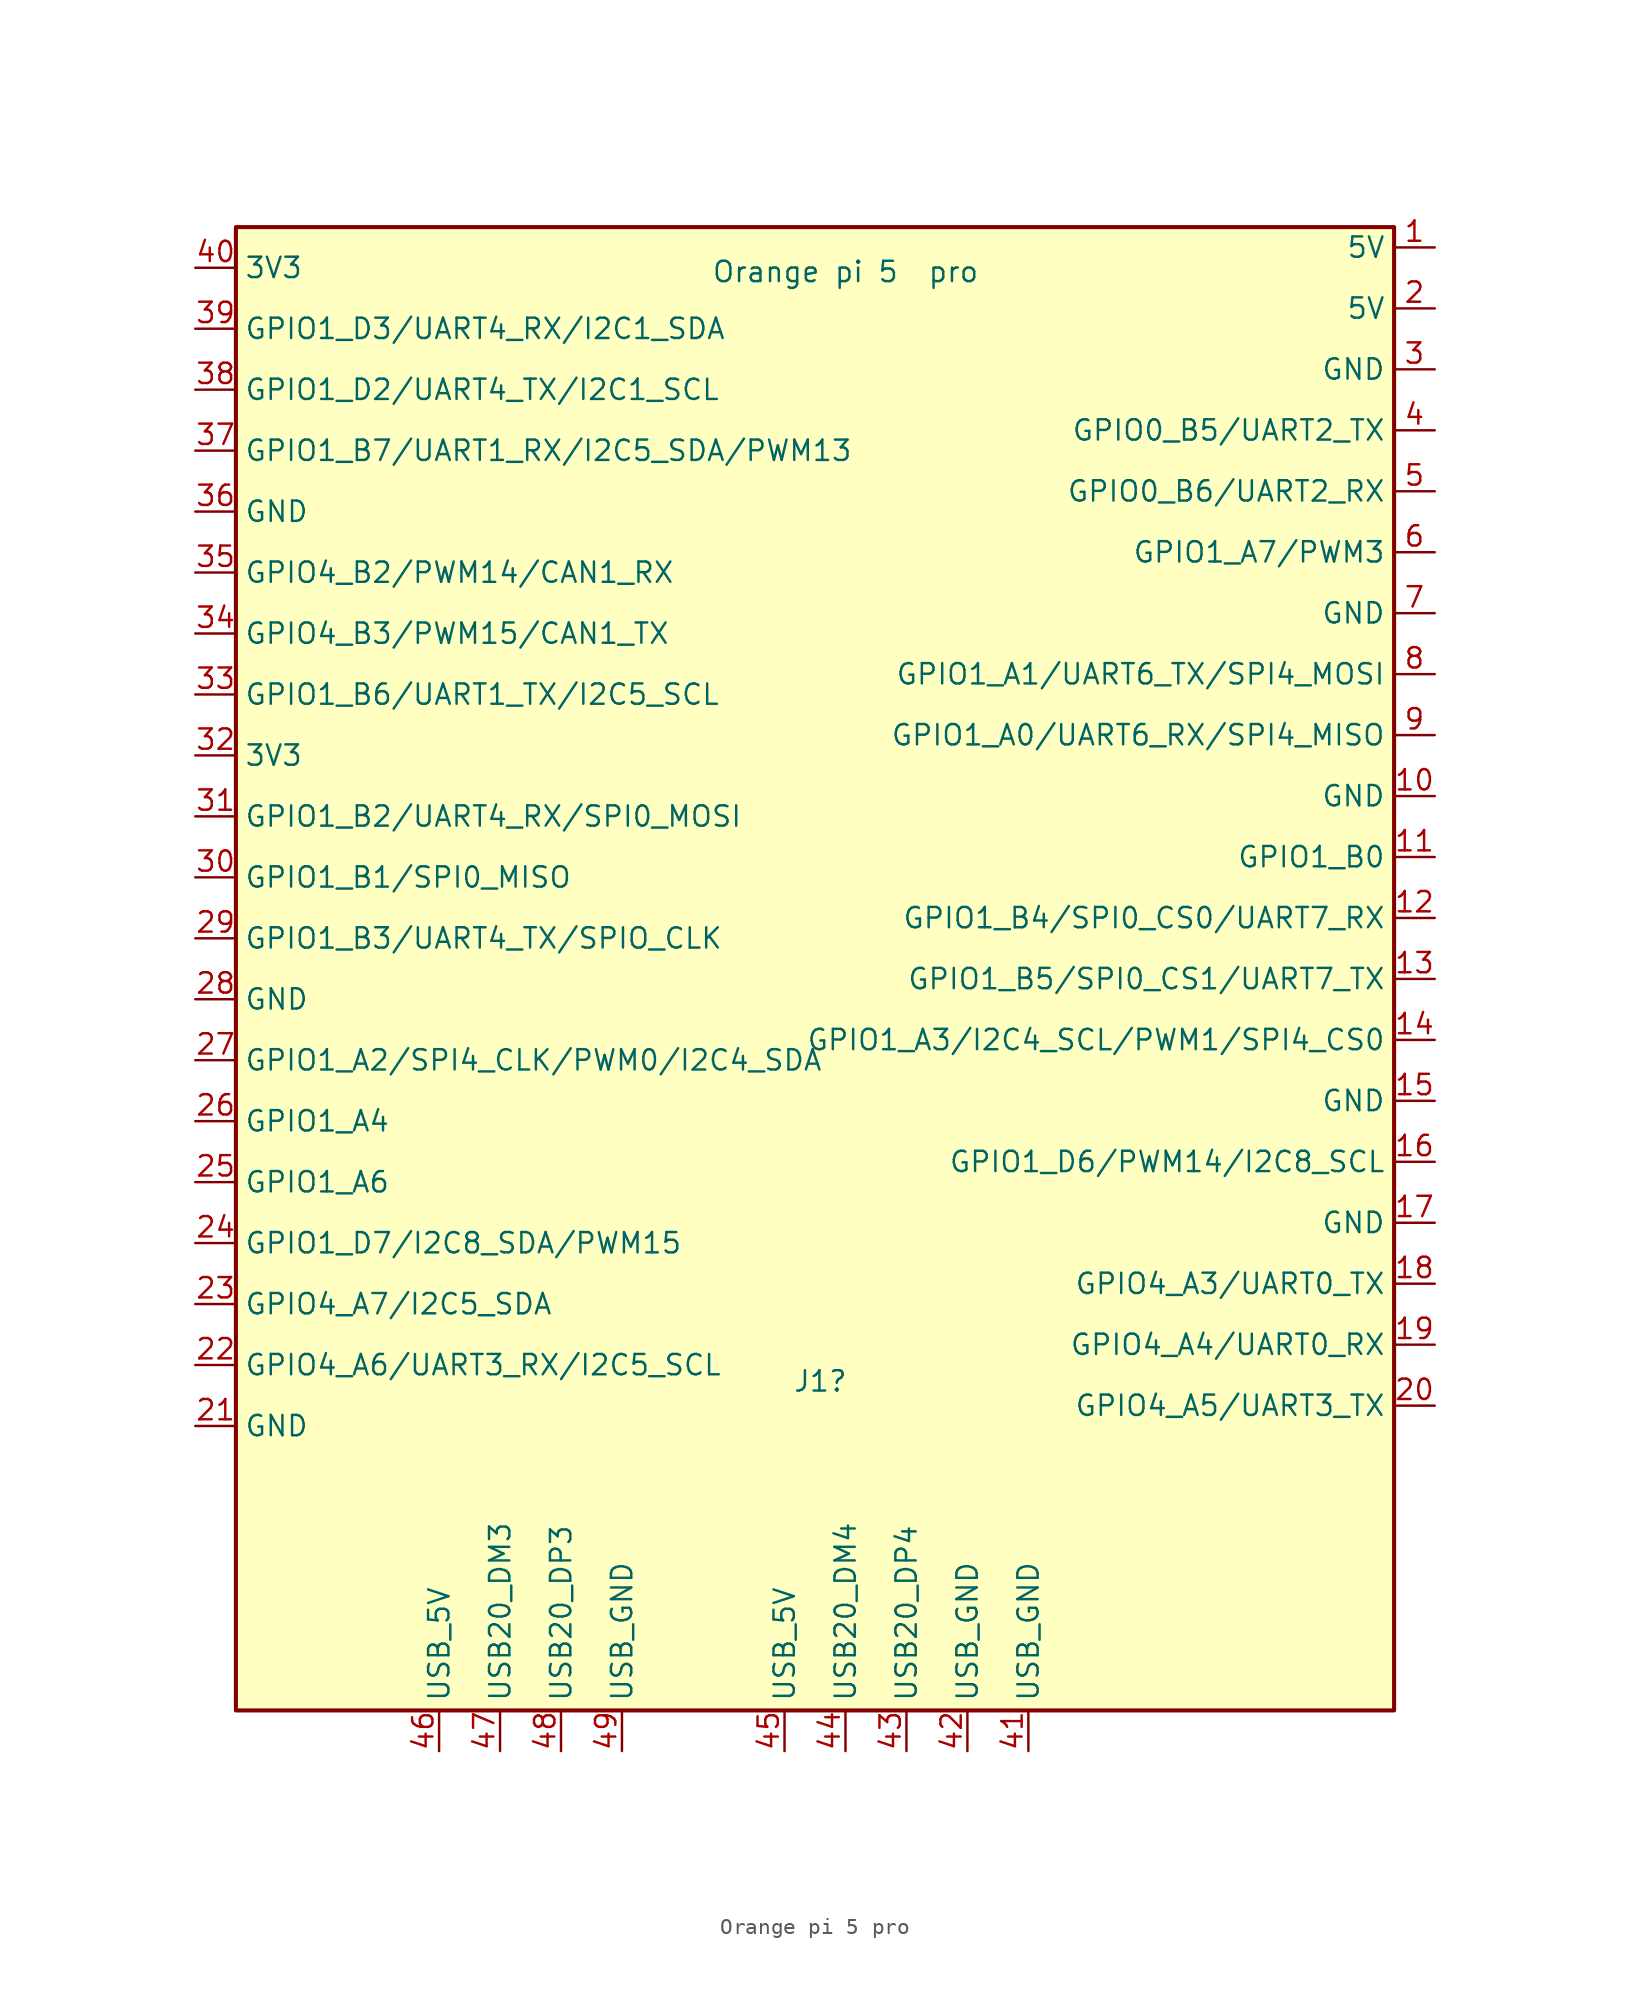
<source format=kicad_sym>
(kicad_symbol_lib
  (version 20231120)
  (generator "kicad_symbol_editor")
  (generator_version "8.0")
  (symbol "Orange pi 5 pro"
    (property "Reference" "J1"
      (at -12.192 -23.876 0)
      (effects (font (size 1.27 1.27)) (justify left)))
    (property "Value" "Orange pi 5  pro"
      (at -17.272 45.466 0)
      (effects (font (size 1.27 1.27)) (justify left)))
    (symbol "Orange pi 5 pro_0_1"
      (rectangle (start -46.99 48.26) (end 25.4 -44.45) (stroke (width 0.254) (type default)) (fill (type background))))
    (symbol "Orange pi 5 pro_1_1"
      (pin power_in line (at 27.94 46.99 180) (length 2.54) (name "5V" (effects (font (size 1.27 1.27)))) (number "1" (effects (font (size 1.27 1.27)))))
      (pin power_in line (at 27.94 12.7 180) (length 2.54) (name "GND" (effects (font (size 1.27 1.27)))) (number "10" (effects (font (size 1.27 1.27)))))
      (pin bidirectional line (at 27.94 8.89 180) (length 2.54) (name "GPIO1_B0" (effects (font (size 1.27 1.27)))) (number "11" (effects (font (size 1.27 1.27)))))
      (pin bidirectional line (at 27.94 5.08 180) (length 2.54) (name "GPIO1_B4/SPI0_CS0/UART7_RX" (effects (font (size 1.27 1.27)))) (number "12" (effects (font (size 1.27 1.27)))))
      (pin bidirectional line (at 27.94 1.27 180) (length 2.54) (name "GPIO1_B5/SPI0_CS1/UART7_TX" (effects (font (size 1.27 1.27)))) (number "13" (effects (font (size 1.27 1.27)))))
      (pin bidirectional line (at 27.94 -2.54 180) (length 2.54) (name "GPIO1_A3/I2C4_SCL/PWM1/SPI4_CS0" (effects (font (size 1.27 1.27)))) (number "14" (effects (font (size 1.27 1.27)))))
      (pin power_in line (at 27.94 -6.35 180) (length 2.54) (name "GND" (effects (font (size 1.27 1.27)))) (number "15" (effects (font (size 1.27 1.27)))))
      (pin bidirectional line (at 27.94 -10.16 180) (length 2.54) (name "GPIO1_D6/PWM14/I2C8_SCL" (effects (font (size 1.27 1.27)))) (number "16" (effects (font (size 1.27 1.27)))))
      (pin power_in line (at 27.94 -13.97 180) (length 2.54) (name "GND" (effects (font (size 1.27 1.27)))) (number "17" (effects (font (size 1.27 1.27)))))
      (pin bidirectional line (at 27.94 -17.78 180) (length 2.54) (name "GPIO4_A3/UART0_TX" (effects (font (size 1.27 1.27)))) (number "18" (effects (font (size 1.27 1.27)))))
      (pin bidirectional line (at 27.94 -21.59 180) (length 2.54) (name "GPIO4_A4/UART0_RX" (effects (font (size 1.27 1.27)))) (number "19" (effects (font (size 1.27 1.27)))))
      (pin power_in line (at 27.94 43.18 180) (length 2.54) (name "5V" (effects (font (size 1.27 1.27)))) (number "2" (effects (font (size 1.27 1.27)))))
      (pin bidirectional line (at 27.94 -25.4 180) (length 2.54) (name "GPIO4_A5/UART3_TX" (effects (font (size 1.27 1.27)))) (number "20" (effects (font (size 1.27 1.27)))))
      (pin power_in line (at -49.53 -26.67 0) (length 2.54) (name "GND" (effects (font (size 1.27 1.27)))) (number "21" (effects (font (size 1.27 1.27)))))
      (pin bidirectional line (at -49.53 -22.86 0) (length 2.54) (name "GPIO4_A6/UART3_RX/I2C5_SCL" (effects (font (size 1.27 1.27)))) (number "22" (effects (font (size 1.27 1.27)))))
      (pin bidirectional line (at -49.53 -19.05 0) (length 2.54) (name "GPIO4_A7/I2C5_SDA" (effects (font (size 1.27 1.27)))) (number "23" (effects (font (size 1.27 1.27)))))
      (pin bidirectional line (at -49.53 -15.24 0) (length 2.54) (name "GPIO1_D7/I2C8_SDA/PWM15" (effects (font (size 1.27 1.27)))) (number "24" (effects (font (size 1.27 1.27)))))
      (pin bidirectional line (at -49.53 -11.43 0) (length 2.54) (name "GPIO1_A6" (effects (font (size 1.27 1.27)))) (number "25" (effects (font (size 1.27 1.27)))))
      (pin bidirectional line (at -49.53 -7.62 0) (length 2.54) (name "GPIO1_A4" (effects (font (size 1.27 1.27)))) (number "26" (effects (font (size 1.27 1.27)))))
      (pin bidirectional line (at -49.53 -3.81 0) (length 2.54) (name "GPIO1_A2/SPI4_CLK/PWM0/I2C4_SDA" (effects (font (size 1.27 1.27)))) (number "27" (effects (font (size 1.27 1.27)))))
      (pin power_in line (at -49.53 0 0) (length 2.54) (name "GND" (effects (font (size 1.27 1.27)))) (number "28" (effects (font (size 1.27 1.27)))))
      (pin bidirectional line (at -49.53 3.81 0) (length 2.54) (name "GPIO1_B3/UART4_TX/SPIO_CLK" (effects (font (size 1.27 1.27)))) (number "29" (effects (font (size 1.27 1.27)))))
      (pin power_in line (at 27.94 39.37 180) (length 2.54) (name "GND" (effects (font (size 1.27 1.27)))) (number "3" (effects (font (size 1.27 1.27)))))
      (pin bidirectional line (at -49.53 7.62 0) (length 2.54) (name "GPIO1_B1/SPI0_MISO" (effects (font (size 1.27 1.27)))) (number "30" (effects (font (size 1.27 1.27)))))
      (pin bidirectional line (at -49.53 11.43 0) (length 2.54) (name "GPIO1_B2/UART4_RX/SPI0_MOSI" (effects (font (size 1.27 1.27)))) (number "31" (effects (font (size 1.27 1.27)))))
      (pin power_in line (at -49.53 15.24 0) (length 2.54) (name "3V3" (effects (font (size 1.27 1.27)))) (number "32" (effects (font (size 1.27 1.27)))))
      (pin bidirectional line (at -49.53 19.05 0) (length 2.54) (name "GPIO1_B6/UART1_TX/I2C5_SCL" (effects (font (size 1.27 1.27)))) (number "33" (effects (font (size 1.27 1.27)))))
      (pin bidirectional line (at -49.53 22.86 0) (length 2.54) (name "GPIO4_B3/PWM15/CAN1_TX" (effects (font (size 1.27 1.27)))) (number "34" (effects (font (size 1.27 1.27)))))
      (pin bidirectional line (at -49.53 26.67 0) (length 2.54) (name "GPIO4_B2/PWM14/CAN1_RX" (effects (font (size 1.27 1.27)))) (number "35" (effects (font (size 1.27 1.27)))))
      (pin power_in line (at -49.53 30.48 0) (length 2.54) (name "GND" (effects (font (size 1.27 1.27)))) (number "36" (effects (font (size 1.27 1.27)))))
      (pin bidirectional line (at -49.53 34.29 0) (length 2.54) (name "GPIO1_B7/UART1_RX/I2C5_SDA/PWM13" (effects (font (size 1.27 1.27)))) (number "37" (effects (font (size 1.27 1.27)))))
      (pin bidirectional line (at -49.53 38.1 0) (length 2.54) (name "GPIO1_D2/UART4_TX/I2C1_SCL" (effects (font (size 1.27 1.27)))) (number "38" (effects (font (size 1.27 1.27)))))
      (pin bidirectional line (at -49.53 41.91 0) (length 2.54) (name "GPIO1_D3/UART4_RX/I2C1_SDA" (effects (font (size 1.27 1.27)))) (number "39" (effects (font (size 1.27 1.27)))))
      (pin bidirectional line (at 27.94 35.56 180) (length 2.54) (name "GPIO0_B5/UART2_TX" (effects (font (size 1.27 1.27)))) (number "4" (effects (font (size 1.27 1.27)))))
      (pin power_in line (at -49.53 45.72 0) (length 2.54) (name "3V3" (effects (font (size 1.27 1.27)))) (number "40" (effects (font (size 1.27 1.27)))))
      (pin power_out line (at 2.54 -46.99 90) (length 2.54) (name "USB_GND" (effects (font (size 1.27 1.27)))) (number "41" (effects (font (size 1.27 1.27)))))
      (pin power_out line (at -1.27 -46.99 90) (length 2.54) (name "USB_GND" (effects (font (size 1.27 1.27)))) (number "42" (effects (font (size 1.27 1.27)))))
      (pin bidirectional line (at -5.08 -46.99 90) (length 2.54) (name "USB20_DP4" (effects (font (size 1.27 1.27)))) (number "43" (effects (font (size 1.27 1.27)))))
      (pin bidirectional line (at -8.89 -46.99 90) (length 2.54) (name "USB20_DM4" (effects (font (size 1.27 1.27)))) (number "44" (effects (font (size 1.27 1.27)))))
      (pin power_out line (at -12.7 -46.99 90) (length 2.54) (name "USB_5V" (effects (font (size 1.27 1.27)))) (number "45" (effects (font (size 1.27 1.27)))))
      (pin power_out line (at -34.29 -46.99 90) (length 2.54) (name "USB_5V" (effects (font (size 1.27 1.27)))) (number "46" (effects (font (size 1.27 1.27)))))
      (pin bidirectional line (at -30.48 -46.99 90) (length 2.54) (name "USB20_DM3" (effects (font (size 1.27 1.27)))) (number "47" (effects (font (size 1.27 1.27)))))
      (pin bidirectional line (at -26.67 -46.99 90) (length 2.54) (name "USB20_DP3" (effects (font (size 1.27 1.27)))) (number "48" (effects (font (size 1.27 1.27)))))
      (pin power_out line (at -22.86 -46.99 90) (length 2.54) (name "USB_GND" (effects (font (size 1.27 1.27)))) (number "49" (effects (font (size 1.27 1.27)))))
      (pin bidirectional line (at 27.94 31.75 180) (length 2.54) (name "GPIO0_B6/UART2_RX" (effects (font (size 1.27 1.27)))) (number "5" (effects (font (size 1.27 1.27)))))
      (pin bidirectional line (at 27.94 27.94 180) (length 2.54) (name "GPIO1_A7/PWM3" (effects (font (size 1.27 1.27)))) (number "6" (effects (font (size 1.27 1.27)))))
      (pin power_in line (at 27.94 24.13 180) (length 2.54) (name "GND" (effects (font (size 1.27 1.27)))) (number "7" (effects (font (size 1.27 1.27)))))
      (pin bidirectional line (at 27.94 20.32 180) (length 2.54) (name "GPIO1_A1/UART6_TX/SPI4_MOSI" (effects (font (size 1.27 1.27)))) (number "8" (effects (font (size 1.27 1.27)))))
      (pin bidirectional line (at 27.94 16.51 180) (length 2.54) (name "GPIO1_A0/UART6_RX/SPI4_MISO" (effects (font (size 1.27 1.27)))) (number "9" (effects (font (size 1.27 1.27))))))))
</source>
